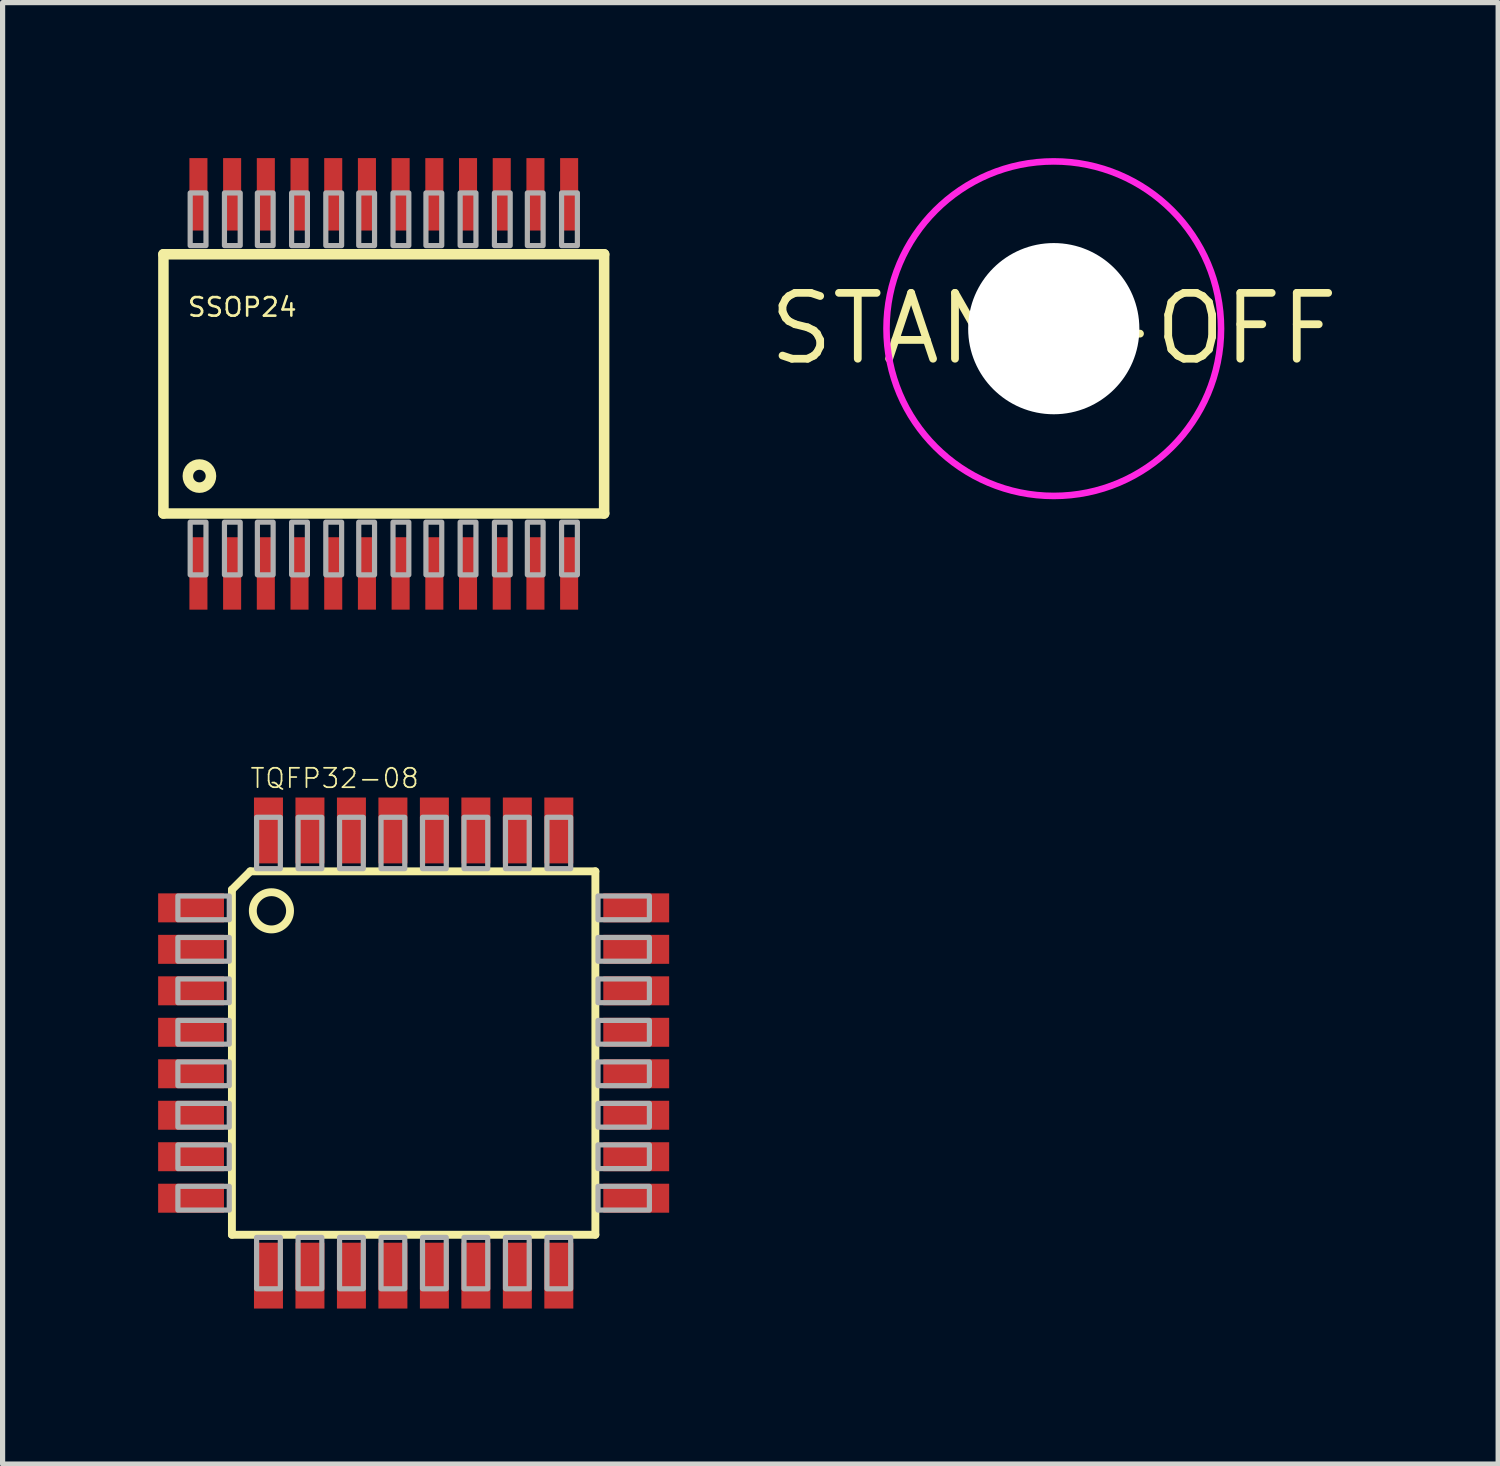
<source format=kicad_pcb>
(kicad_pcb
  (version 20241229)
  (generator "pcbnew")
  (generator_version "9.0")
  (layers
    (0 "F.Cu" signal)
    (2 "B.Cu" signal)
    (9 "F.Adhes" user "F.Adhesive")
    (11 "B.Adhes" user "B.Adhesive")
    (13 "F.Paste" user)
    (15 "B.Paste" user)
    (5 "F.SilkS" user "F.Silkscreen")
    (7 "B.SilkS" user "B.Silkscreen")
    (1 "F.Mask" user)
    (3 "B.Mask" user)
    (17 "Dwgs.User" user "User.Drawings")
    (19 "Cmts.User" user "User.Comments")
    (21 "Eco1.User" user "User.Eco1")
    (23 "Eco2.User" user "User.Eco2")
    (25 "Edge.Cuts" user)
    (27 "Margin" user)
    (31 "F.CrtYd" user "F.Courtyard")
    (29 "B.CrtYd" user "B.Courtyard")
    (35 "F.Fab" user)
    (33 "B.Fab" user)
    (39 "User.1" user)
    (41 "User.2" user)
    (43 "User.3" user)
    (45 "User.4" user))
  (footprint "SSOP24"
    (layer "F.Cu")
    (at 4.352 4.354)
    (property "Reference" "SSOP24" (at -3.81 -1.27 0) (layer "F.SilkS") (effects (font (size 0.358 0.358) (thickness 0.049)) (justify left bottom)))
    (fp_line (start -4.25 -2.5) (end 4.25 -2.5) (stroke (width 0.203) (type solid)) (layer "F.SilkS"))
    (fp_line (start -4.25 2.5) (end -4.25 -2.5) (stroke (width 0.203) (type solid)) (layer "F.SilkS"))
    (fp_line (start 4.25 -2.5) (end 4.25 2.5) (stroke (width 0.203) (type solid)) (layer "F.SilkS"))
    (fp_line (start 4.25 2.5) (end -4.25 2.5) (stroke (width 0.203) (type solid)) (layer "F.SilkS"))
    (fp_circle (center -3.556 1.778) (end -3.333 1.778) (stroke (width 0.203) (type solid)) (fill no) (layer "F.SilkS"))
    (fp_poly (pts (xy -3.734 -2.667) (xy -3.429 -2.667) (xy -3.429 -3.683) (xy -3.734 -3.683)) (stroke (width 0.1) (type solid)) (fill no) (layer "F.Fab"))
    (fp_poly (pts (xy -3.734 3.683) (xy -3.429 3.683) (xy -3.429 2.667) (xy -3.734 2.667)) (stroke (width 0.1) (type solid)) (fill no) (layer "F.Fab"))
    (fp_poly (pts (xy -3.073 -2.667) (xy -2.769 -2.667) (xy -2.769 -3.683) (xy -3.073 -3.683)) (stroke (width 0.1) (type solid)) (fill no) (layer "F.Fab"))
    (fp_poly (pts (xy -3.073 3.683) (xy -2.769 3.683) (xy -2.769 2.667) (xy -3.073 2.667)) (stroke (width 0.1) (type solid)) (fill no) (layer "F.Fab"))
    (fp_poly (pts (xy -2.438 -2.667) (xy -2.134 -2.667) (xy -2.134 -3.683) (xy -2.438 -3.683)) (stroke (width 0.1) (type solid)) (fill no) (layer "F.Fab"))
    (fp_poly (pts (xy -2.438 3.683) (xy -2.134 3.683) (xy -2.134 2.667) (xy -2.438 2.667)) (stroke (width 0.1) (type solid)) (fill no) (layer "F.Fab"))
    (fp_poly (pts (xy -1.778 -2.667) (xy -1.473 -2.667) (xy -1.473 -3.683) (xy -1.778 -3.683)) (stroke (width 0.1) (type solid)) (fill no) (layer "F.Fab"))
    (fp_poly (pts (xy -1.778 3.683) (xy -1.473 3.683) (xy -1.473 2.667) (xy -1.778 2.667)) (stroke (width 0.1) (type solid)) (fill no) (layer "F.Fab"))
    (fp_poly (pts (xy -1.118 -2.667) (xy -0.813 -2.667) (xy -0.813 -3.683) (xy -1.118 -3.683)) (stroke (width 0.1) (type solid)) (fill no) (layer "F.Fab"))
    (fp_poly (pts (xy -1.118 3.683) (xy -0.813 3.683) (xy -0.813 2.667) (xy -1.118 2.667)) (stroke (width 0.1) (type solid)) (fill no) (layer "F.Fab"))
    (fp_poly (pts (xy -0.483 -2.667) (xy -0.178 -2.667) (xy -0.178 -3.683) (xy -0.483 -3.683)) (stroke (width 0.1) (type solid)) (fill no) (layer "F.Fab"))
    (fp_poly (pts (xy -0.483 3.683) (xy -0.178 3.683) (xy -0.178 2.667) (xy -0.483 2.667)) (stroke (width 0.1) (type solid)) (fill no) (layer "F.Fab"))
    (fp_poly (pts (xy 0.178 -2.667) (xy 0.483 -2.667) (xy 0.483 -3.683) (xy 0.178 -3.683)) (stroke (width 0.1) (type solid)) (fill no) (layer "F.Fab"))
    (fp_poly (pts (xy 0.178 3.683) (xy 0.483 3.683) (xy 0.483 2.667) (xy 0.178 2.667)) (stroke (width 0.1) (type solid)) (fill no) (layer "F.Fab"))
    (fp_poly (pts (xy 0.813 -2.667) (xy 1.118 -2.667) (xy 1.118 -3.683) (xy 0.813 -3.683)) (stroke (width 0.1) (type solid)) (fill no) (layer "F.Fab"))
    (fp_poly (pts (xy 0.813 3.683) (xy 1.118 3.683) (xy 1.118 2.667) (xy 0.813 2.667)) (stroke (width 0.1) (type solid)) (fill no) (layer "F.Fab"))
    (fp_poly (pts (xy 1.473 -2.667) (xy 1.778 -2.667) (xy 1.778 -3.683) (xy 1.473 -3.683)) (stroke (width 0.1) (type solid)) (fill no) (layer "F.Fab"))
    (fp_poly (pts (xy 1.473 3.683) (xy 1.778 3.683) (xy 1.778 2.667) (xy 1.473 2.667)) (stroke (width 0.1) (type solid)) (fill no) (layer "F.Fab"))
    (fp_poly (pts (xy 2.134 -2.667) (xy 2.438 -2.667) (xy 2.438 -3.683) (xy 2.134 -3.683)) (stroke (width 0.1) (type solid)) (fill no) (layer "F.Fab"))
    (fp_poly (pts (xy 2.134 3.683) (xy 2.438 3.683) (xy 2.438 2.667) (xy 2.134 2.667)) (stroke (width 0.1) (type solid)) (fill no) (layer "F.Fab"))
    (fp_poly (pts (xy 2.769 -2.667) (xy 3.073 -2.667) (xy 3.073 -3.683) (xy 2.769 -3.683)) (stroke (width 0.1) (type solid)) (fill no) (layer "F.Fab"))
    (fp_poly (pts (xy 2.769 3.683) (xy 3.073 3.683) (xy 3.073 2.667) (xy 2.769 2.667)) (stroke (width 0.1) (type solid)) (fill no) (layer "F.Fab"))
    (fp_poly (pts (xy 3.429 -2.667) (xy 3.734 -2.667) (xy 3.734 -3.683) (xy 3.429 -3.683)) (stroke (width 0.1) (type solid)) (fill no) (layer "F.Fab"))
    (fp_poly (pts (xy 3.429 3.683) (xy 3.734 3.683) (xy 3.734 2.667) (xy 3.429 2.667)) (stroke (width 0.1) (type solid)) (fill no) (layer "F.Fab"))
    (pad "1" smd rect (at -3.575 3.656) (size 0.348 1.397) (layers "F.Cu" "F.Mask" "F.Paste"))
    (pad "2" smd rect (at -2.925 3.656) (size 0.348 1.397) (layers "F.Cu" "F.Mask" "F.Paste"))
    (pad "3" smd rect (at -2.275 3.656) (size 0.348 1.397) (layers "F.Cu" "F.Mask" "F.Paste"))
    (pad "4" smd rect (at -1.625 3.656) (size 0.348 1.397) (layers "F.Cu" "F.Mask" "F.Paste"))
    (pad "5" smd rect (at -0.975 3.656) (size 0.348 1.397) (layers "F.Cu" "F.Mask" "F.Paste"))
    (pad "6" smd rect (at -0.325 3.656) (size 0.348 1.397) (layers "F.Cu" "F.Mask" "F.Paste"))
    (pad "7" smd rect (at 0.325 3.656) (size 0.348 1.397) (layers "F.Cu" "F.Mask" "F.Paste"))
    (pad "8" smd rect (at 0.975 3.656) (size 0.348 1.397) (layers "F.Cu" "F.Mask" "F.Paste"))
    (pad "9" smd rect (at 1.625 3.656) (size 0.348 1.397) (layers "F.Cu" "F.Mask" "F.Paste"))
    (pad "10" smd rect (at 2.275 3.656) (size 0.348 1.397) (layers "F.Cu" "F.Mask" "F.Paste"))
    (pad "11" smd rect (at 2.925 3.656) (size 0.348 1.397) (layers "F.Cu" "F.Mask" "F.Paste"))
    (pad "12" smd rect (at 3.575 3.656) (size 0.348 1.397) (layers "F.Cu" "F.Mask" "F.Paste"))
    (pad "13" smd rect (at 3.575 -3.656 180) (size 0.348 1.397) (layers "F.Cu" "F.Mask" "F.Paste"))
    (pad "14" smd rect (at 2.925 -3.656 180) (size 0.348 1.397) (layers "F.Cu" "F.Mask" "F.Paste"))
    (pad "15" smd rect (at 2.275 -3.656) (size 0.348 1.397) (layers "F.Cu" "F.Mask" "F.Paste"))
    (pad "16" smd rect (at 1.625 -3.656) (size 0.348 1.397) (layers "F.Cu" "F.Mask" "F.Paste"))
    (pad "17" smd rect (at 0.975 -3.656) (size 0.348 1.397) (layers "F.Cu" "F.Mask" "F.Paste"))
    (pad "18" smd rect (at 0.325 -3.656) (size 0.348 1.397) (layers "F.Cu" "F.Mask" "F.Paste"))
    (pad "19" smd rect (at -0.325 -3.656) (size 0.348 1.397) (layers "F.Cu" "F.Mask" "F.Paste"))
    (pad "20" smd rect (at -0.975 -3.656) (size 0.348 1.397) (layers "F.Cu" "F.Mask" "F.Paste"))
    (pad "21" smd rect (at -1.625 -3.656) (size 0.348 1.397) (layers "F.Cu" "F.Mask" "F.Paste"))
    (pad "22" smd rect (at -2.275 -3.656) (size 0.348 1.397) (layers "F.Cu" "F.Mask" "F.Paste"))
    (pad "23" smd rect (at -2.925 -3.656) (size 0.348 1.397) (layers "F.Cu" "F.Mask" "F.Paste"))
    (pad "24" smd rect (at -3.575 -3.656) (size 0.348 1.397) (layers "F.Cu" "F.Mask" "F.Paste")))
  (footprint "TQFP32-08"
    (layer "F.Cu")
    (at 4.928 17.26)
    (property "Reference" "TQFP32-08" (at -3.175 -5.08 0) (layer "F.SilkS") (effects (font (size 0.374 0.374) (thickness 0.033)) (justify left bottom)))
    (fp_line (start -3.505 3.505) (end -3.505 -3.15) (stroke (width 0.152) (type solid)) (layer "F.SilkS"))
    (fp_line (start -3.15 -3.505) (end -3.505 -3.15) (stroke (width 0.152) (type solid)) (layer "F.SilkS"))
    (fp_line (start -3.15 -3.505) (end 3.505 -3.505) (stroke (width 0.152) (type solid)) (layer "F.SilkS"))
    (fp_line (start 3.505 -3.505) (end 3.505 3.505) (stroke (width 0.152) (type solid)) (layer "F.SilkS"))
    (fp_line (start 3.505 3.505) (end -3.505 3.505) (stroke (width 0.152) (type solid)) (layer "F.SilkS"))
    (fp_circle (center -2.743 -2.743) (end -2.384 -2.743) (stroke (width 0.152) (type solid)) (fill no) (layer "F.SilkS"))
    (fp_poly (pts (xy -4.547 -2.571) (xy -3.556 -2.571) (xy -3.556 -3.029) (xy -4.547 -3.029)) (stroke (width 0.1) (type solid)) (fill no) (layer "F.Fab"))
    (fp_poly (pts (xy -4.547 -1.771) (xy -3.556 -1.771) (xy -3.556 -2.229) (xy -4.547 -2.229)) (stroke (width 0.1) (type solid)) (fill no) (layer "F.Fab"))
    (fp_poly (pts (xy -4.547 -0.971) (xy -3.556 -0.971) (xy -3.556 -1.429) (xy -4.547 -1.429)) (stroke (width 0.1) (type solid)) (fill no) (layer "F.Fab"))
    (fp_poly (pts (xy -4.547 -0.171) (xy -3.556 -0.171) (xy -3.556 -0.629) (xy -4.547 -0.629)) (stroke (width 0.1) (type solid)) (fill no) (layer "F.Fab"))
    (fp_poly (pts (xy -4.547 0.629) (xy -3.556 0.629) (xy -3.556 0.171) (xy -4.547 0.171)) (stroke (width 0.1) (type solid)) (fill no) (layer "F.Fab"))
    (fp_poly (pts (xy -4.547 1.429) (xy -3.556 1.429) (xy -3.556 0.971) (xy -4.547 0.971)) (stroke (width 0.1) (type solid)) (fill no) (layer "F.Fab"))
    (fp_poly (pts (xy -4.547 2.229) (xy -3.556 2.229) (xy -3.556 1.771) (xy -4.547 1.771)) (stroke (width 0.1) (type solid)) (fill no) (layer "F.Fab"))
    (fp_poly (pts (xy -4.547 3.029) (xy -3.556 3.029) (xy -3.556 2.571) (xy -4.547 2.571)) (stroke (width 0.1) (type solid)) (fill no) (layer "F.Fab"))
    (fp_poly (pts (xy -3.029 -3.556) (xy -2.571 -3.556) (xy -2.571 -4.547) (xy -3.029 -4.547)) (stroke (width 0.1) (type solid)) (fill no) (layer "F.Fab"))
    (fp_poly (pts (xy -3.029 4.547) (xy -2.571 4.547) (xy -2.571 3.556) (xy -3.029 3.556)) (stroke (width 0.1) (type solid)) (fill no) (layer "F.Fab"))
    (fp_poly (pts (xy -2.229 -3.556) (xy -1.771 -3.556) (xy -1.771 -4.547) (xy -2.229 -4.547)) (stroke (width 0.1) (type solid)) (fill no) (layer "F.Fab"))
    (fp_poly (pts (xy -2.229 4.547) (xy -1.771 4.547) (xy -1.771 3.556) (xy -2.229 3.556)) (stroke (width 0.1) (type solid)) (fill no) (layer "F.Fab"))
    (fp_poly (pts (xy -1.429 -3.556) (xy -0.971 -3.556) (xy -0.971 -4.547) (xy -1.429 -4.547)) (stroke (width 0.1) (type solid)) (fill no) (layer "F.Fab"))
    (fp_poly (pts (xy -1.429 4.547) (xy -0.971 4.547) (xy -0.971 3.556) (xy -1.429 3.556)) (stroke (width 0.1) (type solid)) (fill no) (layer "F.Fab"))
    (fp_poly (pts (xy -0.629 -3.556) (xy -0.171 -3.556) (xy -0.171 -4.547) (xy -0.629 -4.547)) (stroke (width 0.1) (type solid)) (fill no) (layer "F.Fab"))
    (fp_poly (pts (xy -0.629 4.547) (xy -0.171 4.547) (xy -0.171 3.556) (xy -0.629 3.556)) (stroke (width 0.1) (type solid)) (fill no) (layer "F.Fab"))
    (fp_poly (pts (xy 0.171 -3.556) (xy 0.629 -3.556) (xy 0.629 -4.547) (xy 0.171 -4.547)) (stroke (width 0.1) (type solid)) (fill no) (layer "F.Fab"))
    (fp_poly (pts (xy 0.171 4.547) (xy 0.629 4.547) (xy 0.629 3.556) (xy 0.171 3.556)) (stroke (width 0.1) (type solid)) (fill no) (layer "F.Fab"))
    (fp_poly (pts (xy 0.971 -3.556) (xy 1.429 -3.556) (xy 1.429 -4.547) (xy 0.971 -4.547)) (stroke (width 0.1) (type solid)) (fill no) (layer "F.Fab"))
    (fp_poly (pts (xy 0.971 4.547) (xy 1.429 4.547) (xy 1.429 3.556) (xy 0.971 3.556)) (stroke (width 0.1) (type solid)) (fill no) (layer "F.Fab"))
    (fp_poly (pts (xy 1.771 -3.556) (xy 2.229 -3.556) (xy 2.229 -4.547) (xy 1.771 -4.547)) (stroke (width 0.1) (type solid)) (fill no) (layer "F.Fab"))
    (fp_poly (pts (xy 1.771 4.547) (xy 2.229 4.547) (xy 2.229 3.556) (xy 1.771 3.556)) (stroke (width 0.1) (type solid)) (fill no) (layer "F.Fab"))
    (fp_poly (pts (xy 2.571 -3.556) (xy 3.029 -3.556) (xy 3.029 -4.547) (xy 2.571 -4.547)) (stroke (width 0.1) (type solid)) (fill no) (layer "F.Fab"))
    (fp_poly (pts (xy 2.571 4.547) (xy 3.029 4.547) (xy 3.029 3.556) (xy 2.571 3.556)) (stroke (width 0.1) (type solid)) (fill no) (layer "F.Fab"))
    (fp_poly (pts (xy 3.556 -2.571) (xy 4.547 -2.571) (xy 4.547 -3.029) (xy 3.556 -3.029)) (stroke (width 0.1) (type solid)) (fill no) (layer "F.Fab"))
    (fp_poly (pts (xy 3.556 -1.771) (xy 4.547 -1.771) (xy 4.547 -2.229) (xy 3.556 -2.229)) (stroke (width 0.1) (type solid)) (fill no) (layer "F.Fab"))
    (fp_poly (pts (xy 3.556 -0.971) (xy 4.547 -0.971) (xy 4.547 -1.429) (xy 3.556 -1.429)) (stroke (width 0.1) (type solid)) (fill no) (layer "F.Fab"))
    (fp_poly (pts (xy 3.556 -0.171) (xy 4.547 -0.171) (xy 4.547 -0.629) (xy 3.556 -0.629)) (stroke (width 0.1) (type solid)) (fill no) (layer "F.Fab"))
    (fp_poly (pts (xy 3.556 0.629) (xy 4.547 0.629) (xy 4.547 0.171) (xy 3.556 0.171)) (stroke (width 0.1) (type solid)) (fill no) (layer "F.Fab"))
    (fp_poly (pts (xy 3.556 1.429) (xy 4.547 1.429) (xy 4.547 0.971) (xy 3.556 0.971)) (stroke (width 0.1) (type solid)) (fill no) (layer "F.Fab"))
    (fp_poly (pts (xy 3.556 2.229) (xy 4.547 2.229) (xy 4.547 1.771) (xy 3.556 1.771)) (stroke (width 0.1) (type solid)) (fill no) (layer "F.Fab"))
    (fp_poly (pts (xy 3.556 3.029) (xy 4.547 3.029) (xy 4.547 2.571) (xy 3.556 2.571)) (stroke (width 0.1) (type solid)) (fill no) (layer "F.Fab"))
    (pad "1" smd rect (at -4.293 -2.8) (size 1.27 0.559) (layers "F.Cu" "F.Mask" "F.Paste"))
    (pad "2" smd rect (at -4.293 -2) (size 1.27 0.559) (layers "F.Cu" "F.Mask" "F.Paste"))
    (pad "3" smd rect (at -4.293 -1.2) (size 1.27 0.559) (layers "F.Cu" "F.Mask" "F.Paste"))
    (pad "4" smd rect (at -4.293 -0.4) (size 1.27 0.559) (layers "F.Cu" "F.Mask" "F.Paste"))
    (pad "5" smd rect (at -4.293 0.4) (size 1.27 0.559) (layers "F.Cu" "F.Mask" "F.Paste"))
    (pad "6" smd rect (at -4.293 1.2) (size 1.27 0.559) (layers "F.Cu" "F.Mask" "F.Paste"))
    (pad "7" smd rect (at -4.293 2) (size 1.27 0.559) (layers "F.Cu" "F.Mask" "F.Paste"))
    (pad "8" smd rect (at -4.293 2.8) (size 1.27 0.559) (layers "F.Cu" "F.Mask" "F.Paste"))
    (pad "9" smd rect (at -2.8 4.293) (size 0.559 1.27) (layers "F.Cu" "F.Mask" "F.Paste"))
    (pad "10" smd rect (at -2 4.293) (size 0.559 1.27) (layers "F.Cu" "F.Mask" "F.Paste"))
    (pad "11" smd rect (at -1.2 4.293) (size 0.559 1.27) (layers "F.Cu" "F.Mask" "F.Paste"))
    (pad "12" smd rect (at -0.4 4.293) (size 0.559 1.27) (layers "F.Cu" "F.Mask" "F.Paste"))
    (pad "13" smd rect (at 0.4 4.293) (size 0.559 1.27) (layers "F.Cu" "F.Mask" "F.Paste"))
    (pad "14" smd rect (at 1.2 4.293) (size 0.559 1.27) (layers "F.Cu" "F.Mask" "F.Paste"))
    (pad "15" smd rect (at 2 4.293) (size 0.559 1.27) (layers "F.Cu" "F.Mask" "F.Paste"))
    (pad "16" smd rect (at 2.8 4.293) (size 0.559 1.27) (layers "F.Cu" "F.Mask" "F.Paste"))
    (pad "17" smd rect (at 4.293 2.8) (size 1.27 0.559) (layers "F.Cu" "F.Mask" "F.Paste"))
    (pad "18" smd rect (at 4.293 2) (size 1.27 0.559) (layers "F.Cu" "F.Mask" "F.Paste"))
    (pad "19" smd rect (at 4.293 1.2) (size 1.27 0.559) (layers "F.Cu" "F.Mask" "F.Paste"))
    (pad "20" smd rect (at 4.293 0.4) (size 1.27 0.559) (layers "F.Cu" "F.Mask" "F.Paste"))
    (pad "21" smd rect (at 4.293 -0.4) (size 1.27 0.559) (layers "F.Cu" "F.Mask" "F.Paste"))
    (pad "22" smd rect (at 4.293 -1.2) (size 1.27 0.559) (layers "F.Cu" "F.Mask" "F.Paste"))
    (pad "23" smd rect (at 4.293 -2) (size 1.27 0.559) (layers "F.Cu" "F.Mask" "F.Paste"))
    (pad "24" smd rect (at 4.293 -2.8) (size 1.27 0.559) (layers "F.Cu" "F.Mask" "F.Paste"))
    (pad "25" smd rect (at 2.8 -4.293) (size 0.559 1.27) (layers "F.Cu" "F.Mask" "F.Paste"))
    (pad "26" smd rect (at 2 -4.293) (size 0.559 1.27) (layers "F.Cu" "F.Mask" "F.Paste"))
    (pad "27" smd rect (at 1.2 -4.293) (size 0.559 1.27) (layers "F.Cu" "F.Mask" "F.Paste"))
    (pad "28" smd rect (at 0.4 -4.293) (size 0.559 1.27) (layers "F.Cu" "F.Mask" "F.Paste"))
    (pad "29" smd rect (at -0.4 -4.293) (size 0.559 1.27) (layers "F.Cu" "F.Mask" "F.Paste"))
    (pad "30" smd rect (at -1.2 -4.293) (size 0.559 1.27) (layers "F.Cu" "F.Mask" "F.Paste"))
    (pad "31" smd rect (at -2 -4.293) (size 0.559 1.27) (layers "F.Cu" "F.Mask" "F.Paste"))
    (pad "32" smd rect (at -2.8 -4.293) (size 0.559 1.27) (layers "F.Cu" "F.Mask" "F.Paste")))
  (footprint "STAND-OFF"
    (layer "F.Cu")
    (at 17.274 3.289)
    (property "Reference" "STAND-OFF" (at 0 0 0) (layer "F.SilkS") (effects (font (size 1.27 1.27) (thickness 0.15))))
    (fp_circle (center 0 0) (end 3.226 0) (stroke (width 0.127) (type solid)) (fill no) (layer "F.CrtYd"))
    (pad "" np_thru_hole circle (at 0 0) (size 3.302 3.302) (drill 3.302) (layers "*.Cu" "*.Mask")))
  (gr_rect
    (start -3 -3)
    (end 25.845 25.188)
    (stroke (width 0.1) (type default))
    (fill no)
    (layer "Edge.Cuts")))
</source>
